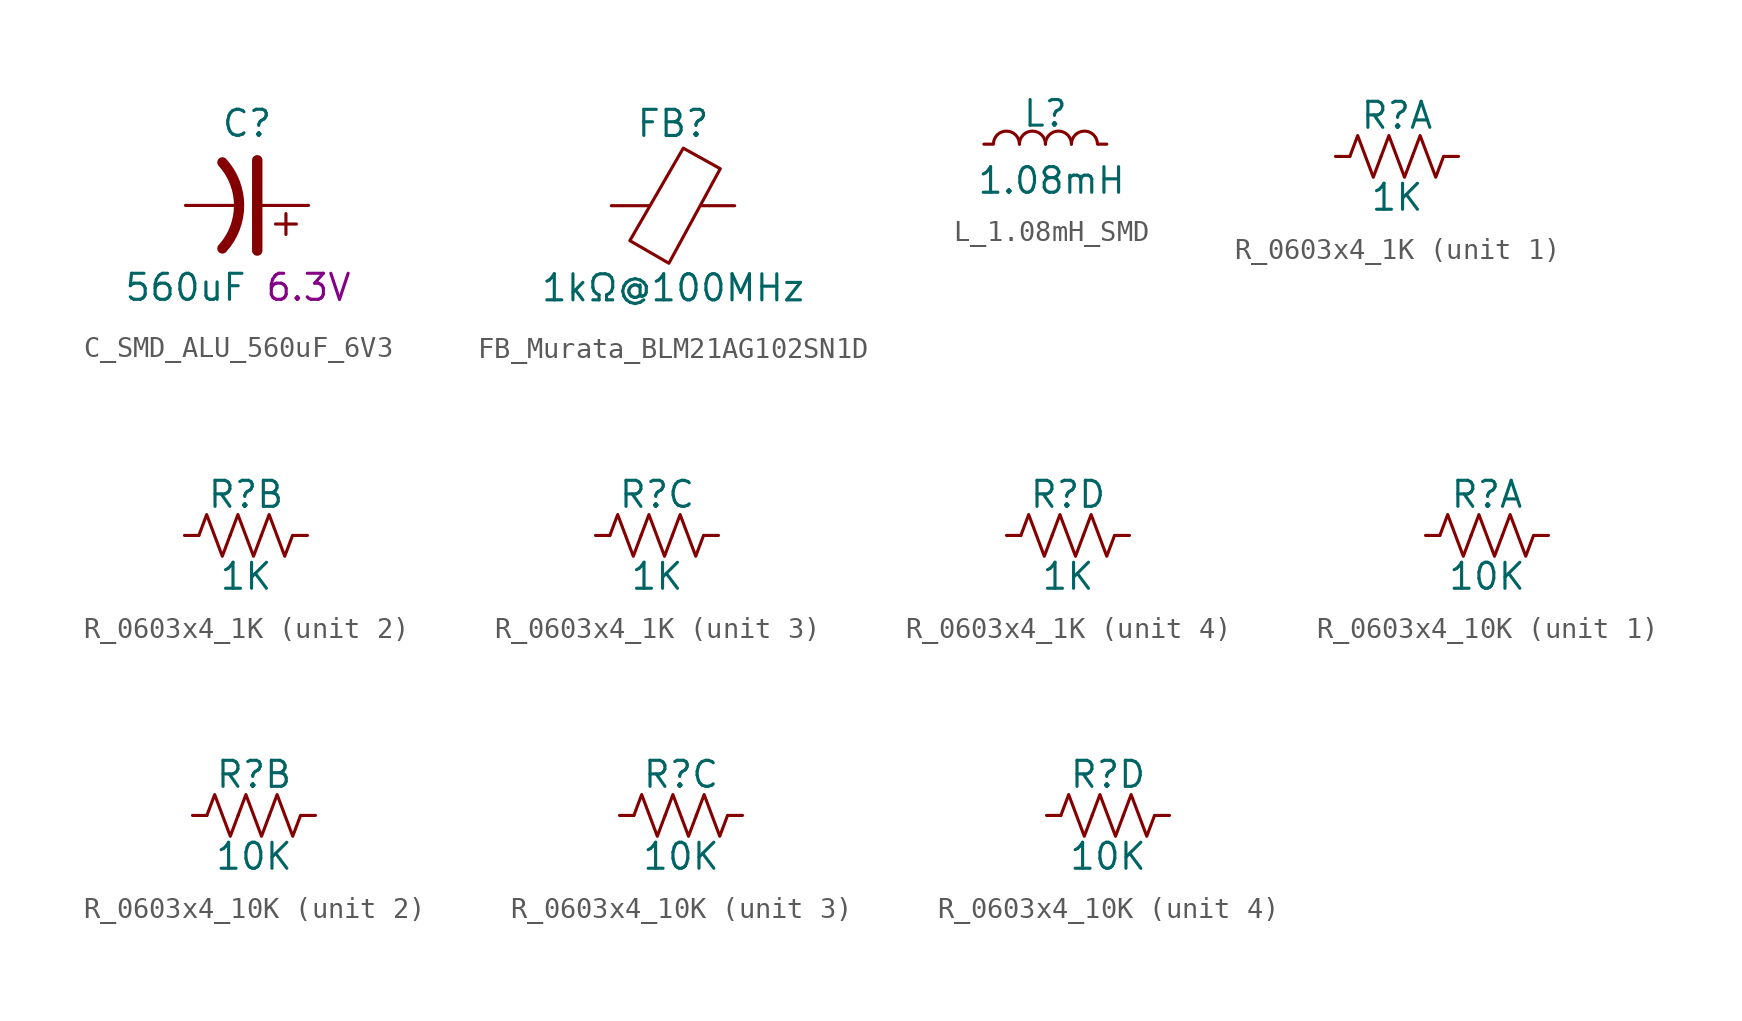
<source format=kicad_sym>
(kicad_symbol_lib
  (version 20241209)
  (generator "kicad_symbol_editor")
  (generator_version "9.0")
  (symbol "C_SMD_ALU_560uF_6V3"
    (pin_numbers
      (hide yes))
    (pin_names
      (hide yes))
    (property "Reference" "C"
      (at 3 4 0)
      (effects (font (size 1.27 1.27))))
    (property "Value" "560uF"
      (at 0 -4 0)
      (effects (font (size 1.27 1.27))))
    (property "Voltage" "6.3V"
      (at 6 -4 0)
      (effects (font (size 1.27 1.27))))
    (symbol "C_SMD_ALU_560uF_6V3_0_1"
      (polyline (pts (xy 4.9 -0.4) (xy 4.9 -1.416)) (stroke (width 0) (type default)) (fill (type none)))
      (polyline (pts (xy 5.408 -0.908) (xy 4.392 -0.908)) (stroke (width 0) (type default)) (fill (type none))))
    (symbol "C_SMD_ALU_560uF_6V3_1_1"
      (arc (start 1.8 2.1) (mid 2.6145 0) (end 1.8 -2.1) (stroke (width 0.5) (type default)) (fill (type none)))
      (polyline (pts (xy 3.5 -2.2) (xy 3.5 2.2)) (stroke (width 0.508) (type default)) (fill (type none)))
      (pin passive line (at 0 0 0) (length 2.7) (name "N" (effects (font (size 1.25 1.25)))) (number "N" (effects (font (size 1.25 1.25)))))
      (pin passive line (at 6 0 180) (length 2.4) (name "P" (effects (font (size 1.25 1.25)))) (number "P" (effects (font (size 1.25 1.25)))))))
  (symbol "FB_Murata_BLM21AG102SN1D"
    (pin_numbers
      (hide yes))
    (pin_names
      (offset 0)
      (hide yes))
    (property "Reference" "FB"
      (at 3 4 0)
      (effects (font (size 1.27 1.27))))
    (property "Value" "1kΩ@100MHz"
      (at 3 -4 0)
      (effects (font (size 1.27 1.27))))
    (symbol "FB_Murata_BLM21AG102SN1D_0_1"
      (polyline (pts (xy 3.5 2.8) (xy 5.3 1.8) (xy 2.8 -2.8) (xy 0.9 -1.7) (xy 3.5 2.8)) (stroke (width 0) (type default)) (fill (type none))))
    (symbol "FB_Murata_BLM21AG102SN1D_1_1"
      (pin passive line (at 0 0 0) (length 1.85) (name "~" (effects (font (size 1.25 1.25)))) (number "2" (effects (font (size 1.25 1.25)))))
      (pin passive line (at 6 0 180) (length 1.65) (name "~" (effects (font (size 1.25 1.25)))) (number "1" (effects (font (size 1.25 1.25)))))))
  (symbol "L_1.08mH_SMD"
    (pin_numbers
      (hide yes))
    (pin_names
      (offset 0)
      (hide yes))
    (property "Reference" "L"
      (at 3 1.5 0)
      (do_not_autoplace)
      (effects (font (size 1.25 1.25))))
    (property "Value" "1.08mH"
      (at 3.302 -1.778 0)
      (do_not_autoplace)
      (effects (font (size 1.25 1.25))))
    (symbol "L_1.08mH_SMD_0_1"
      (arc (start 0.465 0.0027) (mid 1.1 0.635) (end 1.735 0.0027) (stroke (width 0) (type default)) (fill (type none)))
      (arc (start 1.735 0.0027) (mid 2.37 0.635) (end 3.005 0.0027) (stroke (width 0) (type default)) (fill (type none)))
      (arc (start 3.005 0.0027) (mid 3.64 0.635) (end 4.275 0.0027) (stroke (width 0) (type default)) (fill (type none)))
      (arc (start 4.275 0.0027) (mid 4.91 0.635) (end 5.545 0.0027) (stroke (width 0) (type default)) (fill (type none))))
    (symbol "L_1.08mH_SMD_1_1"
      (pin passive line (at 0 0 0) (length 0.4) (name "1" (effects (font (size 1.25 1.25)))) (number "1" (effects (font (size 1.25 1.25)))))
      (pin passive line (at 6 0 180) (length 0.4) (name "2" (effects (font (size 1.25 1.25)))) (number "2" (effects (font (size 1.25 1.25)))))))
  (symbol "R_0603x4_1K"
    (pin_numbers
      (hide yes))
    (pin_names
      (hide yes))
    (property "Reference" "R"
      (at 3 2 0)
      (effects (font (size 1.27 1.27))))
    (property "Value" "1K"
      (at 3 -2 0)
      (effects (font (size 1.27 1.27))))
    (symbol "R_0603x4_1K_0_1"
      (polyline (pts (xy 0.7 0) (xy 1.081 1.016) (xy 1.462 0) (xy 1.843 -1.016) (xy 2.224 0)) (stroke (width 0) (type default)) (fill (type none)))
      (polyline (pts (xy 2.224 0) (xy 2.605 1.016) (xy 2.986 0) (xy 3.367 -1.016) (xy 3.748 0)) (stroke (width 0) (type default)) (fill (type none)))
      (polyline (pts (xy 3.748 0) (xy 4.129 1.016) (xy 4.51 0) (xy 4.891 -1.016) (xy 5.272 0)) (stroke (width 0) (type default)) (fill (type none))))
    (symbol "R_0603x4_1K_1_1"
      (pin input line (at 0 0 0) (length 0.7) (name "1" (effects (font (size 1 1)))) (number "1" (effects (font (size 1 1)))))
      (pin input line (at 6 0 180) (length 0.7) (name "8" (effects (font (size 1 1)))) (number "8" (effects (font (size 1 1))))))
    (symbol "R_0603x4_1K_2_1"
      (pin input line (at 0 0 0) (length 0.7) (name "2" (effects (font (size 1 1)))) (number "2" (effects (font (size 1 1)))))
      (pin input line (at 6 0 180) (length 0.7) (name "7" (effects (font (size 1 1)))) (number "7" (effects (font (size 1 1))))))
    (symbol "R_0603x4_1K_3_1"
      (pin input line (at 0 0 0) (length 0.7) (name "3" (effects (font (size 1 1)))) (number "3" (effects (font (size 1 1)))))
      (pin input line (at 6 0 180) (length 0.7) (name "6" (effects (font (size 1 1)))) (number "6" (effects (font (size 1 1))))))
    (symbol "R_0603x4_1K_4_1"
      (pin input line (at 0 0 0) (length 0.7) (name "4" (effects (font (size 1 1)))) (number "4" (effects (font (size 1 1)))))
      (pin input line (at 6 0 180) (length 0.7) (name "5" (effects (font (size 1 1)))) (number "5" (effects (font (size 1 1)))))))
  (symbol "R_0603x4_10K"
    (pin_numbers
      (hide yes))
    (pin_names
      (hide yes))
    (property "Reference" "R"
      (at 3 2 0)
      (effects (font (size 1.27 1.27))))
    (property "Value" "10K"
      (at 3 -2 0)
      (effects (font (size 1.27 1.27))))
    (symbol "R_0603x4_10K_0_1"
      (polyline (pts (xy 0.7 0) (xy 1.081 1.016) (xy 1.462 0) (xy 1.843 -1.016) (xy 2.224 0)) (stroke (width 0) (type default)) (fill (type none)))
      (polyline (pts (xy 2.224 0) (xy 2.605 1.016) (xy 2.986 0) (xy 3.367 -1.016) (xy 3.748 0)) (stroke (width 0) (type default)) (fill (type none)))
      (polyline (pts (xy 3.748 0) (xy 4.129 1.016) (xy 4.51 0) (xy 4.891 -1.016) (xy 5.272 0)) (stroke (width 0) (type default)) (fill (type none))))
    (symbol "R_0603x4_10K_1_1"
      (pin input line (at 0 0 0) (length 0.7) (name "1" (effects (font (size 1 1)))) (number "1" (effects (font (size 1 1)))))
      (pin input line (at 6 0 180) (length 0.7) (name "8" (effects (font (size 1 1)))) (number "8" (effects (font (size 1 1))))))
    (symbol "R_0603x4_10K_2_1"
      (pin input line (at 0 0 0) (length 0.7) (name "2" (effects (font (size 1 1)))) (number "2" (effects (font (size 1 1)))))
      (pin input line (at 6 0 180) (length 0.7) (name "7" (effects (font (size 1 1)))) (number "7" (effects (font (size 1 1))))))
    (symbol "R_0603x4_10K_3_1"
      (pin input line (at 0 0 0) (length 0.7) (name "3" (effects (font (size 1 1)))) (number "3" (effects (font (size 1 1)))))
      (pin input line (at 6 0 180) (length 0.7) (name "6" (effects (font (size 1 1)))) (number "6" (effects (font (size 1 1))))))
    (symbol "R_0603x4_10K_4_1"
      (pin input line (at 0 0 0) (length 0.7) (name "4" (effects (font (size 1 1)))) (number "4" (effects (font (size 1 1)))))
      (pin input line (at 6 0 180) (length 0.7) (name "5" (effects (font (size 1 1)))) (number "5" (effects (font (size 1 1))))))))
</source>
